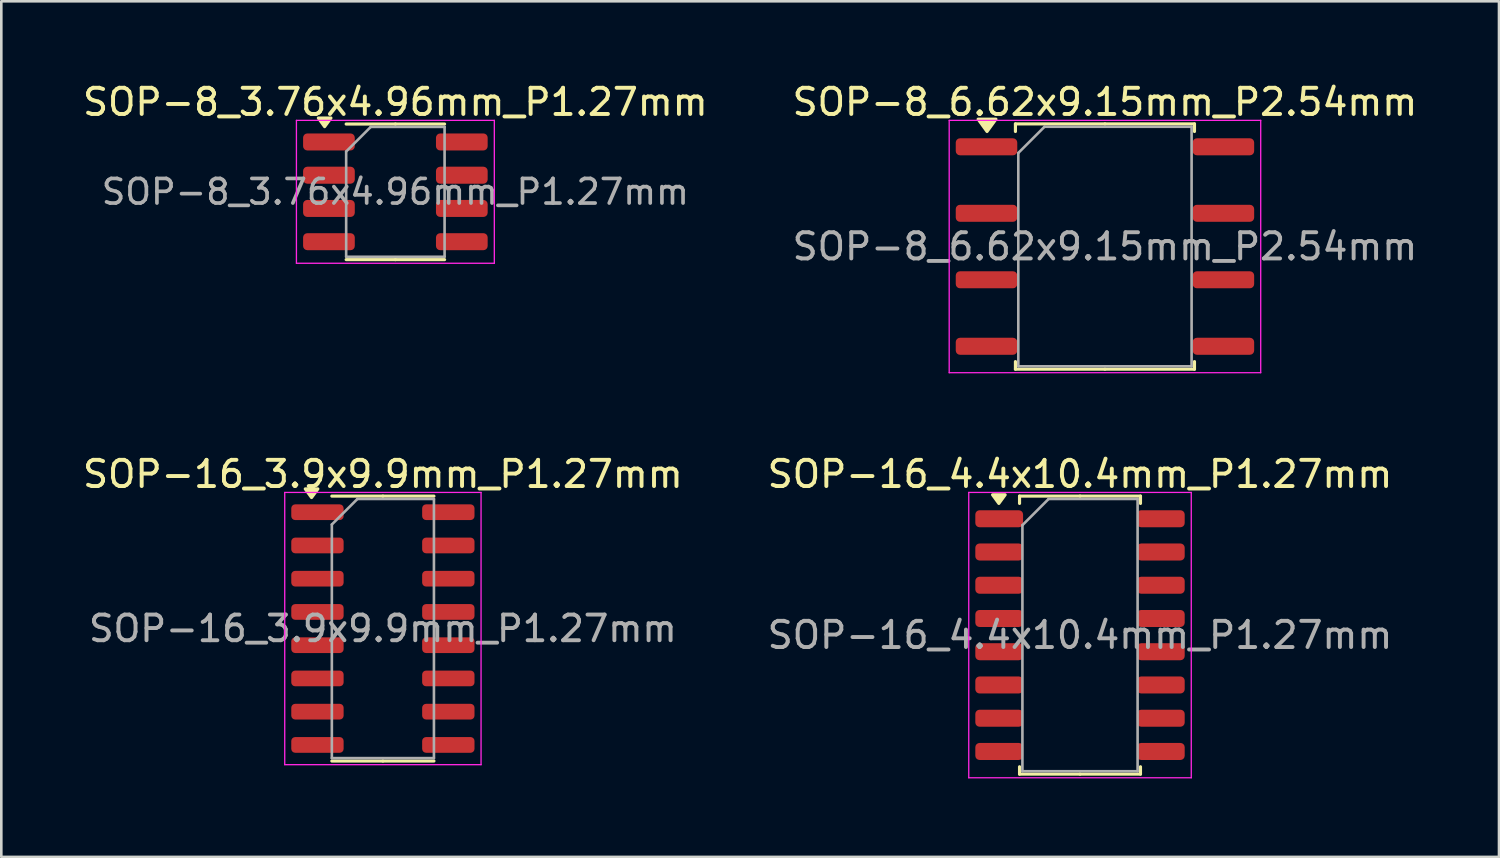
<source format=kicad_pcb>
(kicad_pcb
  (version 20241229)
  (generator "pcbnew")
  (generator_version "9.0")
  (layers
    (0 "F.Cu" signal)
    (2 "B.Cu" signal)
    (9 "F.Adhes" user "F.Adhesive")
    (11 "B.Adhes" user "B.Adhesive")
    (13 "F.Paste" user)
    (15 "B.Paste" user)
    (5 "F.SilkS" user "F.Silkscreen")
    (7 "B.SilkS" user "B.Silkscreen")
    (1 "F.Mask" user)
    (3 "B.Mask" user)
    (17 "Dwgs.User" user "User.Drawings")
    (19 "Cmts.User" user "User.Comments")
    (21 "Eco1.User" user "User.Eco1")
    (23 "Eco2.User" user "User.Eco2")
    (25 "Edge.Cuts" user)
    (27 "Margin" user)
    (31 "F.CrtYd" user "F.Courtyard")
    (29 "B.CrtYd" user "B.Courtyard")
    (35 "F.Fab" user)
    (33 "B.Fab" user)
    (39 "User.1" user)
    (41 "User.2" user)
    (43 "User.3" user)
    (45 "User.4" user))
  (footprint "SOP-8_3.76x4.96mm_P1.27mm"
    (layer "F.Cu")
    (at 12.054 4.278)
    (property "Reference" "SOP-8_3.76x4.96mm_P1.27mm" (at 0 -3.43 0) (layer "F.SilkS") (effects (font (size 1 1) (thickness 0.15))))
    (attr smd)
    (fp_line (start 0 -2.59) (end -1.88 -2.59) (stroke (width 0.12) (type solid)) (layer "F.SilkS"))
    (fp_line (start 0 -2.59) (end 1.88 -2.59) (stroke (width 0.12) (type solid)) (layer "F.SilkS"))
    (fp_line (start 0 2.59) (end -1.88 2.59) (stroke (width 0.12) (type solid)) (layer "F.SilkS"))
    (fp_line (start 0 2.59) (end 1.88 2.59) (stroke (width 0.12) (type solid)) (layer "F.SilkS"))
    (fp_poly (pts (xy -2.703 -2.49) (xy -2.942 -2.82) (xy -2.462 -2.82) (xy -2.703 -2.49)) (stroke (width 0.12) (type solid)) (fill yes) (layer "F.SilkS"))
    (fp_line (start -3.78 -2.73) (end -3.78 2.73) (stroke (width 0.05) (type solid)) (layer "F.CrtYd"))
    (fp_line (start -3.78 2.73) (end 3.78 2.73) (stroke (width 0.05) (type solid)) (layer "F.CrtYd"))
    (fp_line (start 3.78 -2.73) (end -3.78 -2.73) (stroke (width 0.05) (type solid)) (layer "F.CrtYd"))
    (fp_line (start 3.78 2.73) (end 3.78 -2.73) (stroke (width 0.05) (type solid)) (layer "F.CrtYd"))
    (fp_line (start -1.88 -1.54) (end -0.94 -2.48) (stroke (width 0.1) (type solid)) (layer "F.Fab"))
    (fp_line (start -1.88 2.48) (end -1.88 -1.54) (stroke (width 0.1) (type solid)) (layer "F.Fab"))
    (fp_line (start -0.94 -2.48) (end 1.88 -2.48) (stroke (width 0.1) (type solid)) (layer "F.Fab"))
    (fp_line (start 1.88 -2.48) (end 1.88 2.48) (stroke (width 0.1) (type solid)) (layer "F.Fab"))
    (fp_line (start 1.88 2.48) (end -1.88 2.48) (stroke (width 0.1) (type solid)) (layer "F.Fab"))
    (fp_text user "${REFERENCE}" (at 0 0 0) (layer "F.Fab") (effects (font (size 0.94 0.94) (thickness 0.14))))
    (pad "1" smd roundrect (at -2.538 -1.905) (size 1.975 0.65) (layers "F.Cu" "F.Mask" "F.Paste") (roundrect_rratio 0.25))
    (pad "2" smd roundrect (at -2.538 -0.635) (size 1.975 0.65) (layers "F.Cu" "F.Mask" "F.Paste") (roundrect_rratio 0.25))
    (pad "3" smd roundrect (at -2.538 0.635) (size 1.975 0.65) (layers "F.Cu" "F.Mask" "F.Paste") (roundrect_rratio 0.25))
    (pad "4" smd roundrect (at -2.538 1.905) (size 1.975 0.65) (layers "F.Cu" "F.Mask" "F.Paste") (roundrect_rratio 0.25))
    (pad "5" smd roundrect (at 2.538 1.905) (size 1.975 0.65) (layers "F.Cu" "F.Mask" "F.Paste") (roundrect_rratio 0.25))
    (pad "6" smd roundrect (at 2.538 0.635) (size 1.975 0.65) (layers "F.Cu" "F.Mask" "F.Paste") (roundrect_rratio 0.25))
    (pad "7" smd roundrect (at 2.538 -0.635) (size 1.975 0.65) (layers "F.Cu" "F.Mask" "F.Paste") (roundrect_rratio 0.25))
    (pad "8" smd roundrect (at 2.538 -1.905) (size 1.975 0.65) (layers "F.Cu" "F.Mask" "F.Paste") (roundrect_rratio 0.25)))
  (footprint "SOP-16_3.9x9.9mm_P1.27mm"
    (layer "F.Cu")
    (at 11.577 20.962)
    (property "Reference" "SOP-16_3.9x9.9mm_P1.27mm" (at 0 -5.9 0) (layer "F.SilkS") (effects (font (size 1 1) (thickness 0.15))))
    (attr smd)
    (fp_line (start 0 -5.06) (end -1.95 -5.06) (stroke (width 0.12) (type solid)) (layer "F.SilkS"))
    (fp_line (start 0 -5.06) (end 1.95 -5.06) (stroke (width 0.12) (type solid)) (layer "F.SilkS"))
    (fp_line (start 0 5.06) (end -1.95 5.06) (stroke (width 0.12) (type solid)) (layer "F.SilkS"))
    (fp_line (start 0 5.06) (end 1.95 5.06) (stroke (width 0.12) (type solid)) (layer "F.SilkS"))
    (fp_poly (pts (xy -2.725 -5.005) (xy -2.965 -5.335) (xy -2.485 -5.335) (xy -2.725 -5.005)) (stroke (width 0.12) (type solid)) (fill yes) (layer "F.SilkS"))
    (fp_line (start -3.75 -5.2) (end -3.75 5.2) (stroke (width 0.05) (type solid)) (layer "F.CrtYd"))
    (fp_line (start -3.75 5.2) (end 3.75 5.2) (stroke (width 0.05) (type solid)) (layer "F.CrtYd"))
    (fp_line (start 3.75 -5.2) (end -3.75 -5.2) (stroke (width 0.05) (type solid)) (layer "F.CrtYd"))
    (fp_line (start 3.75 5.2) (end 3.75 -5.2) (stroke (width 0.05) (type solid)) (layer "F.CrtYd"))
    (fp_line (start -1.95 -3.975) (end -0.975 -4.95) (stroke (width 0.1) (type solid)) (layer "F.Fab"))
    (fp_line (start -1.95 4.95) (end -1.95 -3.975) (stroke (width 0.1) (type solid)) (layer "F.Fab"))
    (fp_line (start -0.975 -4.95) (end 1.95 -4.95) (stroke (width 0.1) (type solid)) (layer "F.Fab"))
    (fp_line (start 1.95 -4.95) (end 1.95 4.95) (stroke (width 0.1) (type solid)) (layer "F.Fab"))
    (fp_line (start 1.95 4.95) (end -1.95 4.95) (stroke (width 0.1) (type solid)) (layer "F.Fab"))
    (fp_text user "${REFERENCE}" (at 0 0 0) (layer "F.Fab") (effects (font (size 0.98 0.98) (thickness 0.15))))
    (pad "1" smd roundrect (at -2.5 -4.445) (size 2 0.6) (layers "F.Cu" "F.Mask" "F.Paste") (roundrect_rratio 0.25))
    (pad "2" smd roundrect (at -2.5 -3.175) (size 2 0.6) (layers "F.Cu" "F.Mask" "F.Paste") (roundrect_rratio 0.25))
    (pad "3" smd roundrect (at -2.5 -1.905) (size 2 0.6) (layers "F.Cu" "F.Mask" "F.Paste") (roundrect_rratio 0.25))
    (pad "4" smd roundrect (at -2.5 -0.635) (size 2 0.6) (layers "F.Cu" "F.Mask" "F.Paste") (roundrect_rratio 0.25))
    (pad "5" smd roundrect (at -2.5 0.635) (size 2 0.6) (layers "F.Cu" "F.Mask" "F.Paste") (roundrect_rratio 0.25))
    (pad "6" smd roundrect (at -2.5 1.905) (size 2 0.6) (layers "F.Cu" "F.Mask" "F.Paste") (roundrect_rratio 0.25))
    (pad "7" smd roundrect (at -2.5 3.175) (size 2 0.6) (layers "F.Cu" "F.Mask" "F.Paste") (roundrect_rratio 0.25))
    (pad "8" smd roundrect (at -2.5 4.445) (size 2 0.6) (layers "F.Cu" "F.Mask" "F.Paste") (roundrect_rratio 0.25))
    (pad "9" smd roundrect (at 2.5 4.445) (size 2 0.6) (layers "F.Cu" "F.Mask" "F.Paste") (roundrect_rratio 0.25))
    (pad "10" smd roundrect (at 2.5 3.175) (size 2 0.6) (layers "F.Cu" "F.Mask" "F.Paste") (roundrect_rratio 0.25))
    (pad "11" smd roundrect (at 2.5 1.905) (size 2 0.6) (layers "F.Cu" "F.Mask" "F.Paste") (roundrect_rratio 0.25))
    (pad "12" smd roundrect (at 2.5 0.635) (size 2 0.6) (layers "F.Cu" "F.Mask" "F.Paste") (roundrect_rratio 0.25))
    (pad "13" smd roundrect (at 2.5 -0.635) (size 2 0.6) (layers "F.Cu" "F.Mask" "F.Paste") (roundrect_rratio 0.25))
    (pad "14" smd roundrect (at 2.5 -1.905) (size 2 0.6) (layers "F.Cu" "F.Mask" "F.Paste") (roundrect_rratio 0.25))
    (pad "15" smd roundrect (at 2.5 -3.175) (size 2 0.6) (layers "F.Cu" "F.Mask" "F.Paste") (roundrect_rratio 0.25))
    (pad "16" smd roundrect (at 2.5 -4.445) (size 2 0.6) (layers "F.Cu" "F.Mask" "F.Paste") (roundrect_rratio 0.25)))
  (footprint "SOP-16_4.4x10.4mm_P1.27mm"
    (layer "F.Cu")
    (at 38.208 21.212)
    (property "Reference" "SOP-16_4.4x10.4mm_P1.27mm" (at 0 -6.15 0) (layer "F.SilkS") (effects (font (size 1 1) (thickness 0.15))))
    (attr smd)
    (fp_line (start -2.31 -5.31) (end -2.31 -5.03) (stroke (width 0.12) (type solid)) (layer "F.SilkS"))
    (fp_line (start -2.31 5.31) (end -2.31 5.03) (stroke (width 0.12) (type solid)) (layer "F.SilkS"))
    (fp_line (start 0 -5.31) (end -2.31 -5.31) (stroke (width 0.12) (type solid)) (layer "F.SilkS"))
    (fp_line (start 0 -5.31) (end 2.31 -5.31) (stroke (width 0.12) (type solid)) (layer "F.SilkS"))
    (fp_line (start 0 5.31) (end -2.31 5.31) (stroke (width 0.12) (type solid)) (layer "F.SilkS"))
    (fp_line (start 0 5.31) (end 2.31 5.31) (stroke (width 0.12) (type solid)) (layer "F.SilkS"))
    (fp_line (start 2.31 -5.31) (end 2.31 -5.03) (stroke (width 0.12) (type solid)) (layer "F.SilkS"))
    (fp_line (start 2.31 5.31) (end 2.31 5.03) (stroke (width 0.12) (type solid)) (layer "F.SilkS"))
    (fp_poly (pts (xy -3.1 -5.03) (xy -3.34 -5.36) (xy -2.86 -5.36) (xy -3.1 -5.03)) (stroke (width 0.12) (type solid)) (fill yes) (layer "F.SilkS"))
    (fp_line (start -4.25 -5.45) (end -4.25 5.45) (stroke (width 0.05) (type solid)) (layer "F.CrtYd"))
    (fp_line (start -4.25 5.45) (end 4.25 5.45) (stroke (width 0.05) (type solid)) (layer "F.CrtYd"))
    (fp_line (start 4.25 -5.45) (end -4.25 -5.45) (stroke (width 0.05) (type solid)) (layer "F.CrtYd"))
    (fp_line (start 4.25 5.45) (end 4.25 -5.45) (stroke (width 0.05) (type solid)) (layer "F.CrtYd"))
    (fp_line (start -2.2 -4.2) (end -1.2 -5.2) (stroke (width 0.1) (type solid)) (layer "F.Fab"))
    (fp_line (start -2.2 5.2) (end -2.2 -4.2) (stroke (width 0.1) (type solid)) (layer "F.Fab"))
    (fp_line (start -1.2 -5.2) (end 2.2 -5.2) (stroke (width 0.1) (type solid)) (layer "F.Fab"))
    (fp_line (start 2.2 -5.2) (end 2.2 5.2) (stroke (width 0.1) (type solid)) (layer "F.Fab"))
    (fp_line (start 2.2 5.2) (end -2.2 5.2) (stroke (width 0.1) (type solid)) (layer "F.Fab"))
    (fp_text user "${REFERENCE}" (at 0 0 0) (layer "F.Fab") (effects (font (size 1 1) (thickness 0.15))))
    (pad "1" smd roundrect (at -3.087 -4.445) (size 1.825 0.65) (layers "F.Cu" "F.Mask" "F.Paste") (roundrect_rratio 0.25))
    (pad "2" smd roundrect (at -3.087 -3.175) (size 1.825 0.65) (layers "F.Cu" "F.Mask" "F.Paste") (roundrect_rratio 0.25))
    (pad "3" smd roundrect (at -3.087 -1.905) (size 1.825 0.65) (layers "F.Cu" "F.Mask" "F.Paste") (roundrect_rratio 0.25))
    (pad "4" smd roundrect (at -3.087 -0.635) (size 1.825 0.65) (layers "F.Cu" "F.Mask" "F.Paste") (roundrect_rratio 0.25))
    (pad "5" smd roundrect (at -3.087 0.635) (size 1.825 0.65) (layers "F.Cu" "F.Mask" "F.Paste") (roundrect_rratio 0.25))
    (pad "6" smd roundrect (at -3.087 1.905) (size 1.825 0.65) (layers "F.Cu" "F.Mask" "F.Paste") (roundrect_rratio 0.25))
    (pad "7" smd roundrect (at -3.087 3.175) (size 1.825 0.65) (layers "F.Cu" "F.Mask" "F.Paste") (roundrect_rratio 0.25))
    (pad "8" smd roundrect (at -3.087 4.445) (size 1.825 0.65) (layers "F.Cu" "F.Mask" "F.Paste") (roundrect_rratio 0.25))
    (pad "9" smd roundrect (at 3.087 4.445) (size 1.825 0.65) (layers "F.Cu" "F.Mask" "F.Paste") (roundrect_rratio 0.25))
    (pad "10" smd roundrect (at 3.087 3.175) (size 1.825 0.65) (layers "F.Cu" "F.Mask" "F.Paste") (roundrect_rratio 0.25))
    (pad "11" smd roundrect (at 3.087 1.905) (size 1.825 0.65) (layers "F.Cu" "F.Mask" "F.Paste") (roundrect_rratio 0.25))
    (pad "12" smd roundrect (at 3.087 0.635) (size 1.825 0.65) (layers "F.Cu" "F.Mask" "F.Paste") (roundrect_rratio 0.25))
    (pad "13" smd roundrect (at 3.087 -0.635) (size 1.825 0.65) (layers "F.Cu" "F.Mask" "F.Paste") (roundrect_rratio 0.25))
    (pad "14" smd roundrect (at 3.087 -1.905) (size 1.825 0.65) (layers "F.Cu" "F.Mask" "F.Paste") (roundrect_rratio 0.25))
    (pad "15" smd roundrect (at 3.087 -3.175) (size 1.825 0.65) (layers "F.Cu" "F.Mask" "F.Paste") (roundrect_rratio 0.25))
    (pad "16" smd roundrect (at 3.087 -4.445) (size 1.825 0.65) (layers "F.Cu" "F.Mask" "F.Paste") (roundrect_rratio 0.25)))
  (footprint "SOP-8_6.62x9.15mm_P2.54mm"
    (layer "F.Cu")
    (at 39.161 6.368)
    (property "Reference" "SOP-8_6.62x9.15mm_P2.54mm" (at 0 -5.52 0) (layer "F.SilkS") (effects (font (size 1 1) (thickness 0.15))))
    (attr smd)
    (fp_line (start -3.42 -4.685) (end -3.42 -4.395) (stroke (width 0.12) (type solid)) (layer "F.SilkS"))
    (fp_line (start -3.42 4.685) (end -3.42 4.395) (stroke (width 0.12) (type solid)) (layer "F.SilkS"))
    (fp_line (start 0 -4.685) (end -3.42 -4.685) (stroke (width 0.12) (type solid)) (layer "F.SilkS"))
    (fp_line (start 0 -4.685) (end 3.42 -4.685) (stroke (width 0.12) (type solid)) (layer "F.SilkS"))
    (fp_line (start 0 4.685) (end -3.42 4.685) (stroke (width 0.12) (type solid)) (layer "F.SilkS"))
    (fp_line (start 0 4.685) (end 3.42 4.685) (stroke (width 0.12) (type solid)) (layer "F.SilkS"))
    (fp_line (start 3.42 -4.685) (end 3.42 -4.395) (stroke (width 0.12) (type solid)) (layer "F.SilkS"))
    (fp_line (start 3.42 4.685) (end 3.42 4.395) (stroke (width 0.12) (type solid)) (layer "F.SilkS"))
    (fp_poly (pts (xy -4.505 -4.395) (xy -4.845 -4.865) (xy -4.165 -4.865) (xy -4.505 -4.395)) (stroke (width 0.12) (type solid)) (fill yes) (layer "F.SilkS"))
    (fp_line (start -5.95 -4.82) (end -5.95 4.82) (stroke (width 0.05) (type solid)) (layer "F.CrtYd"))
    (fp_line (start -5.95 4.82) (end 5.95 4.82) (stroke (width 0.05) (type solid)) (layer "F.CrtYd"))
    (fp_line (start 5.95 -4.82) (end -5.95 -4.82) (stroke (width 0.05) (type solid)) (layer "F.CrtYd"))
    (fp_line (start 5.95 4.82) (end 5.95 -4.82) (stroke (width 0.05) (type solid)) (layer "F.CrtYd"))
    (fp_line (start -3.31 -3.575) (end -2.31 -4.575) (stroke (width 0.1) (type solid)) (layer "F.Fab"))
    (fp_line (start -3.31 4.575) (end -3.31 -3.575) (stroke (width 0.1) (type solid)) (layer "F.Fab"))
    (fp_line (start -2.31 -4.575) (end 3.31 -4.575) (stroke (width 0.1) (type solid)) (layer "F.Fab"))
    (fp_line (start 3.31 -4.575) (end 3.31 4.575) (stroke (width 0.1) (type solid)) (layer "F.Fab"))
    (fp_line (start 3.31 4.575) (end -3.31 4.575) (stroke (width 0.1) (type solid)) (layer "F.Fab"))
    (fp_text user "${REFERENCE}" (at 0 0 0) (layer "F.Fab") (effects (font (size 1 1) (thickness 0.15))))
    (pad "1" smd roundrect (at -4.525 -3.81) (size 2.35 0.65) (layers "F.Cu" "F.Mask" "F.Paste") (roundrect_rratio 0.25))
    (pad "2" smd roundrect (at -4.525 -1.27) (size 2.35 0.65) (layers "F.Cu" "F.Mask" "F.Paste") (roundrect_rratio 0.25))
    (pad "3" smd roundrect (at -4.525 1.27) (size 2.35 0.65) (layers "F.Cu" "F.Mask" "F.Paste") (roundrect_rratio 0.25))
    (pad "4" smd roundrect (at -4.525 3.81) (size 2.35 0.65) (layers "F.Cu" "F.Mask" "F.Paste") (roundrect_rratio 0.25))
    (pad "5" smd roundrect (at 4.525 3.81) (size 2.35 0.65) (layers "F.Cu" "F.Mask" "F.Paste") (roundrect_rratio 0.25))
    (pad "6" smd roundrect (at 4.525 1.27) (size 2.35 0.65) (layers "F.Cu" "F.Mask" "F.Paste") (roundrect_rratio 0.25))
    (pad "7" smd roundrect (at 4.525 -1.27) (size 2.35 0.65) (layers "F.Cu" "F.Mask" "F.Paste") (roundrect_rratio 0.25))
    (pad "8" smd roundrect (at 4.525 -3.81) (size 2.35 0.65) (layers "F.Cu" "F.Mask" "F.Paste") (roundrect_rratio 0.25)))
  (gr_rect
    (start -3 -3)
    (end 54.214 29.686)
    (stroke (width 0.1) (type default))
    (fill no)
    (layer "Edge.Cuts")))
</source>
